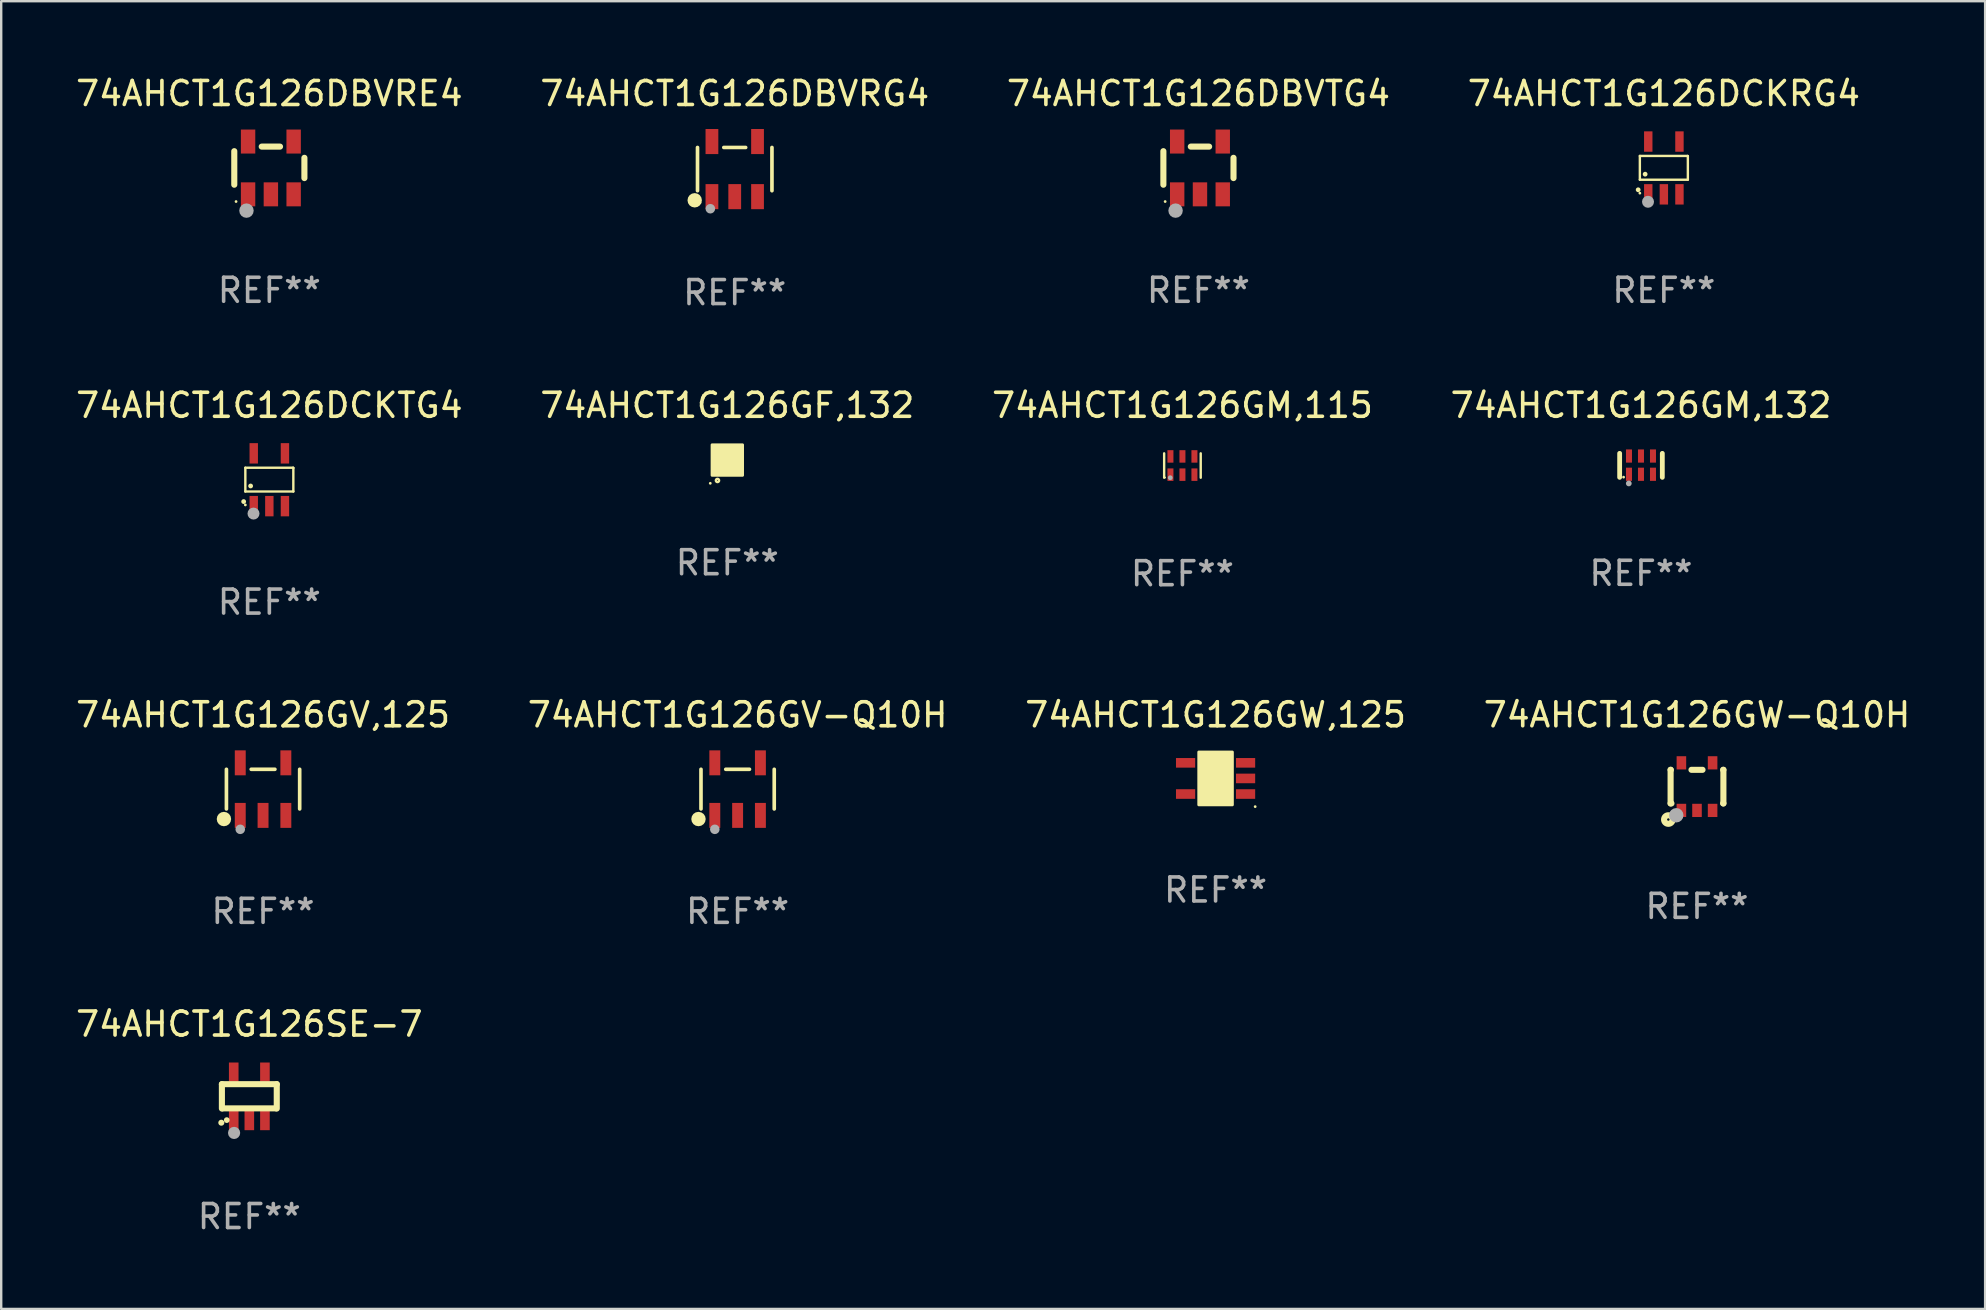
<source format=kicad_pcb>
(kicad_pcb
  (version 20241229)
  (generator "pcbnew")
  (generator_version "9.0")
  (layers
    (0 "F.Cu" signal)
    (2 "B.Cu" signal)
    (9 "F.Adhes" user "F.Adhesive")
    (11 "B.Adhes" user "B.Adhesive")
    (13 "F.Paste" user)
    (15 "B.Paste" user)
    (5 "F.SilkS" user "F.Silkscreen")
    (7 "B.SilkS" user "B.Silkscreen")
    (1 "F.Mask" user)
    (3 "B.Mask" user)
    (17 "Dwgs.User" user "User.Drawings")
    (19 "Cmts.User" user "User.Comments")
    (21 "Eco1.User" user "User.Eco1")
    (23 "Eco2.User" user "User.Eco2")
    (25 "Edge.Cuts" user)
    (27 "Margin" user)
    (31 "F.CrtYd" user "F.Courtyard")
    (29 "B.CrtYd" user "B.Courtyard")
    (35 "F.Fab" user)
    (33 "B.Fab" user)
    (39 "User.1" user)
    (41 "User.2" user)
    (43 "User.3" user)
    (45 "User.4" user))
  (footprint "74AHCT1G126GM,132"
    (layer "F.Cu")
    (at 65.327 16.34)
    (property "Reference" "74AHCT1G126GM,132" (at 0 -2.5 0) (layer "F.SilkS") (effects (font (size 1 1) (thickness 0.15))))
    (attr through_hole)
    (fp_line (start -0.889 0.5) (end -0.889 -0.5) (stroke (width 0.2) (type solid)) (layer "F.SilkS"))
    (fp_line (start 0.889 0.5) (end 0.889 -0.5) (stroke (width 0.2) (type solid)) (layer "F.SilkS"))
    (fp_circle (center -0.725 0.492) (end -0.695 0.492) (stroke (width 0.06) (type solid)) (fill no) (layer "F.SilkS"))
    (fp_circle (center -0.508 0.754) (end -0.448 0.754) (stroke (width 0.12) (type solid)) (fill no) (layer "F.Fab"))
    (fp_text user "REF**" (at 0 4.5 0) (layer "F.Fab") (effects (font (size 1 1) (thickness 0.15))))
    (pad "1" smd rect (at -0.5 0.372) (size 0.25 0.55) (layers "F.Cu" "F.Mask" "F.Paste"))
    (pad "2" smd rect (at -0.000127 0.372) (size 0.25 0.55) (layers "F.Cu" "F.Mask" "F.Paste"))
    (pad "3" smd rect (at 0.5 0.372) (size 0.25 0.55) (layers "F.Cu" "F.Mask" "F.Paste"))
    (pad "4" smd rect (at 0.5 -0.388 180) (size 0.25 0.55) (layers "F.Cu" "F.Mask" "F.Paste"))
    (pad "5" smd rect (at -0.000127 -0.388 180) (size 0.25 0.55) (layers "F.Cu" "F.Mask" "F.Paste"))
    (pad "6" smd rect (at -0.5 -0.388 180) (size 0.25 0.55) (layers "F.Cu" "F.Mask" "F.Paste")))
  (footprint "74AHCT1G126DBVRG4"
    (layer "F.Cu")
    (at 27.565 3.996)
    (property "Reference" "74AHCT1G126DBVRG4" (at 0 -3.148 0) (layer "F.SilkS") (effects (font (size 1 1) (thickness 0.15))))
    (attr through_hole)
    (fp_line (start -1.551 0.901) (end -1.551 -0.901) (stroke (width 0.152) (type solid)) (layer "F.SilkS"))
    (fp_line (start 0.455 -0.901) (end -0.455 -0.901) (stroke (width 0.152) (type solid)) (layer "F.SilkS"))
    (fp_line (start 1.551 0.901) (end 1.551 -0.901) (stroke (width 0.152) (type solid)) (layer "F.SilkS"))
    (fp_circle (center -1.668 1.3) (end -1.518 1.3) (stroke (width 0.3) (type solid)) (fill no) (layer "F.SilkS"))
    (fp_circle (center -1.45 1.4) (end -1.42 1.4) (stroke (width 0.06) (type solid)) (fill no) (layer "F.SilkS"))
    (fp_circle (center -1.016 1.651) (end -0.916 1.651) (stroke (width 0.2) (type solid)) (fill no) (layer "F.Fab"))
    (fp_text user "REF**" (at 0 5.148 0) (layer "F.Fab") (effects (font (size 1 1) (thickness 0.15))))
    (pad "1" smd rect (at -0.95 1.148) (size 0.532 1.045) (layers "F.Cu" "F.Mask" "F.Paste"))
    (pad "2" smd rect (at 0 1.148) (size 0.532 1.045) (layers "F.Cu" "F.Mask" "F.Paste"))
    (pad "3" smd rect (at 0.95 1.148) (size 0.532 1.045) (layers "F.Cu" "F.Mask" "F.Paste"))
    (pad "4" smd rect (at 0.95 -1.148) (size 0.532 1.045) (layers "F.Cu" "F.Mask" "F.Paste"))
    (pad "5" smd rect (at -0.95 -1.148) (size 0.532 1.045) (layers "F.Cu" "F.Mask" "F.Paste")))
  (footprint "74AHCT1G126DBVTG4"
    (layer "F.Cu")
    (at 46.887 3.948)
    (property "Reference" "74AHCT1G126DBVTG4" (at 0 -3.1 0) (layer "F.SilkS") (effects (font (size 1 1) (thickness 0.15))))
    (attr through_hole)
    (fp_line (start -1.461 -0.699) (end -1.461 0.699) (stroke (width 0.254) (type solid)) (layer "F.SilkS"))
    (fp_line (start -0.318 -0.889) (end 0.445 -0.889) (stroke (width 0.254) (type solid)) (layer "F.SilkS"))
    (fp_line (start 1.461 -0.422) (end 1.461 0.422) (stroke (width 0.254) (type solid)) (layer "F.SilkS"))
    (fp_circle (center -1.387 1.4) (end -1.357 1.4) (stroke (width 0.06) (type solid)) (fill no) (layer "F.SilkS"))
    (fp_circle (center -0.953 1.778) (end -0.802 1.778) (stroke (width 0.3) (type solid)) (fill no) (layer "F.Fab"))
    (fp_text user "REF**" (at 0 5.1 0) (layer "F.Fab") (effects (font (size 1 1) (thickness 0.15))))
    (pad "1" smd rect (at -0.886 1.1) (size 0.6 1) (layers "F.Cu" "F.Mask" "F.Paste"))
    (pad "2" smd rect (at 0.064 1.1) (size 0.6 1) (layers "F.Cu" "F.Mask" "F.Paste"))
    (pad "3" smd rect (at 1.013 1.1) (size 0.6 1) (layers "F.Cu" "F.Mask" "F.Paste"))
    (pad "4" smd rect (at 1.013 -1.1) (size 0.6 1) (layers "F.Cu" "F.Mask" "F.Paste"))
    (pad "5" smd rect (at -0.886 -1.1) (size 0.6 1) (layers "F.Cu" "F.Mask" "F.Paste")))
  (footprint "74AHCT1G126DCKTG4"
    (layer "F.Cu")
    (at 8.173 16.94)
    (property "Reference" "74AHCT1G126DCKTG4" (at 0 -3.1 0) (layer "F.SilkS") (effects (font (size 1 1) (thickness 0.15))))
    (attr through_hole)
    (fp_line (start -1 -0.5) (end -1 0.49) (stroke (width 0.1) (type solid)) (layer "F.SilkS"))
    (fp_line (start -1 0.49) (end 1 0.49) (stroke (width 0.1) (type solid)) (layer "F.SilkS"))
    (fp_line (start 0.99 -0.5) (end -1 -0.5) (stroke (width 0.1) (type solid)) (layer "F.SilkS"))
    (fp_line (start 1 -0.49) (end 0.99 -0.5) (stroke (width 0.1) (type solid)) (layer "F.SilkS"))
    (fp_line (start 1 0.49) (end 1 -0.49) (stroke (width 0.1) (type solid)) (layer "F.SilkS"))
    (fp_circle (center -1.07 0.91) (end -1.02 0.91) (stroke (width 0.1) (type solid)) (fill no) (layer "F.SilkS"))
    (fp_circle (center -1 1.05) (end -0.97 1.05) (stroke (width 0.06) (type solid)) (fill no) (layer "F.SilkS"))
    (fp_circle (center -0.78 0.26) (end -0.73 0.26) (stroke (width 0.1) (type solid)) (fill no) (layer "F.SilkS"))
    (fp_circle (center -0.66 1.41) (end -0.535 1.41) (stroke (width 0.25) (type solid)) (fill no) (layer "F.Fab"))
    (fp_text user "REF**" (at 0 5.1 0) (layer "F.Fab") (effects (font (size 1 1) (thickness 0.15))))
    (pad "1" smd rect (at -0.65 1.1) (size 0.35 0.85) (layers "F.Cu" "F.Mask" "F.Paste"))
    (pad "2" smd rect (at 0.000051 1.1) (size 0.35 0.85) (layers "F.Cu" "F.Mask" "F.Paste"))
    (pad "3" smd rect (at 0.65 1.1) (size 0.35 0.85) (layers "F.Cu" "F.Mask" "F.Paste"))
    (pad "4" smd rect (at 0.65 -1.1) (size 0.35 0.85) (layers "F.Cu" "F.Mask" "F.Paste"))
    (pad "5" smd rect (at -0.65 -1.1) (size 0.35 0.85) (layers "F.Cu" "F.Mask" "F.Paste")))
  (footprint "74AHCT1G126SE-7"
    (layer "F.Cu")
    (at 7.339 42.633)
    (property "Reference" "74AHCT1G126SE-7" (at 0 -3.01 0) (layer "F.SilkS") (effects (font (size 1 1) (thickness 0.15))))
    (attr through_hole)
    (fp_line (start -1.143 -0.508) (end -1.143 0.508) (stroke (width 0.254) (type solid)) (layer "F.SilkS"))
    (fp_line (start -1.1 0.5) (end 1.1 0.5) (stroke (width 0.254) (type solid)) (layer "F.SilkS"))
    (fp_line (start 1.143 -0.508) (end -1.143 -0.508) (stroke (width 0.254) (type solid)) (layer "F.SilkS"))
    (fp_line (start 1.143 0.508) (end 1.143 -0.508) (stroke (width 0.254) (type solid)) (layer "F.SilkS"))
    (fp_arc (start -1.167717 1.098095) (mid -1.166447 1.098088) (end -1.165177 1.098095) (stroke (width 0.24892) (type solid)) (layer "F.SilkS"))
    (fp_circle (center -0.94 0.99) (end -0.88 0.99) (stroke (width 0.12) (type solid)) (fill no) (layer "F.SilkS"))
    (fp_circle (center -0.635 1.524) (end -0.508 1.524) (stroke (width 0.254) (type solid)) (fill no) (layer "F.Fab"))
    (fp_text user "REF**" (at 0 5.01 0) (layer "F.Fab") (effects (font (size 1 1) (thickness 0.15))))
    (pad "1" smd rect (at -0.65 1.01 180) (size 0.4 0.8) (layers "F.Cu" "F.Mask" "F.Paste"))
    (pad "2" smd rect (at 0 1.01 180) (size 0.4 0.8) (layers "F.Cu" "F.Mask" "F.Paste"))
    (pad "3" smd rect (at 0.65 1.01 180) (size 0.4 0.8) (layers "F.Cu" "F.Mask" "F.Paste"))
    (pad "4" smd rect (at 0.65 -1.01 180) (size 0.4 0.8) (layers "F.Cu" "F.Mask" "F.Paste"))
    (pad "5" smd rect (at -0.65 -1.01 180) (size 0.4 0.8) (layers "F.Cu" "F.Mask" "F.Paste")))
  (footprint "74AHCT1G126DBVRE4"
    (layer "F.Cu")
    (at 8.173 3.948)
    (property "Reference" "74AHCT1G126DBVRE4" (at 0 -3.1 0) (layer "F.SilkS") (effects (font (size 1 1) (thickness 0.15))))
    (attr through_hole)
    (fp_line (start -1.461 -0.699) (end -1.461 0.699) (stroke (width 0.254) (type solid)) (layer "F.SilkS"))
    (fp_line (start -0.318 -0.889) (end 0.445 -0.889) (stroke (width 0.254) (type solid)) (layer "F.SilkS"))
    (fp_line (start 1.461 -0.422) (end 1.461 0.422) (stroke (width 0.254) (type solid)) (layer "F.SilkS"))
    (fp_circle (center -1.387 1.4) (end -1.357 1.4) (stroke (width 0.06) (type solid)) (fill no) (layer "F.SilkS"))
    (fp_circle (center -0.953 1.778) (end -0.802 1.778) (stroke (width 0.3) (type solid)) (fill no) (layer "F.Fab"))
    (fp_text user "REF**" (at 0 5.1 0) (layer "F.Fab") (effects (font (size 1 1) (thickness 0.15))))
    (pad "1" smd rect (at -0.886 1.1) (size 0.6 1) (layers "F.Cu" "F.Mask" "F.Paste"))
    (pad "2" smd rect (at 0.064 1.1) (size 0.6 1) (layers "F.Cu" "F.Mask" "F.Paste"))
    (pad "3" smd rect (at 1.013 1.1) (size 0.6 1) (layers "F.Cu" "F.Mask" "F.Paste"))
    (pad "4" smd rect (at 1.013 -1.1) (size 0.6 1) (layers "F.Cu" "F.Mask" "F.Paste"))
    (pad "5" smd rect (at -0.886 -1.1) (size 0.6 1) (layers "F.Cu" "F.Mask" "F.Paste")))
  (footprint "74AHCT1G126DCKRG4"
    (layer "F.Cu")
    (at 66.28 3.948)
    (property "Reference" "74AHCT1G126DCKRG4" (at 0 -3.1 0) (layer "F.SilkS") (effects (font (size 1 1) (thickness 0.15))))
    (attr through_hole)
    (fp_line (start -1 -0.5) (end -1 0.49) (stroke (width 0.1) (type solid)) (layer "F.SilkS"))
    (fp_line (start -1 0.49) (end 1 0.49) (stroke (width 0.1) (type solid)) (layer "F.SilkS"))
    (fp_line (start 0.99 -0.5) (end -1 -0.5) (stroke (width 0.1) (type solid)) (layer "F.SilkS"))
    (fp_line (start 1 -0.49) (end 0.99 -0.5) (stroke (width 0.1) (type solid)) (layer "F.SilkS"))
    (fp_line (start 1 0.49) (end 1 -0.49) (stroke (width 0.1) (type solid)) (layer "F.SilkS"))
    (fp_circle (center -1.07 0.91) (end -1.02 0.91) (stroke (width 0.1) (type solid)) (fill no) (layer "F.SilkS"))
    (fp_circle (center -1 1.05) (end -0.97 1.05) (stroke (width 0.06) (type solid)) (fill no) (layer "F.SilkS"))
    (fp_circle (center -0.78 0.26) (end -0.73 0.26) (stroke (width 0.1) (type solid)) (fill no) (layer "F.SilkS"))
    (fp_circle (center -0.66 1.41) (end -0.535 1.41) (stroke (width 0.25) (type solid)) (fill no) (layer "F.Fab"))
    (fp_text user "REF**" (at 0 5.1 0) (layer "F.Fab") (effects (font (size 1 1) (thickness 0.15))))
    (pad "1" smd rect (at -0.65 1.1) (size 0.35 0.85) (layers "F.Cu" "F.Mask" "F.Paste"))
    (pad "2" smd rect (at 0.000051 1.1) (size 0.35 0.85) (layers "F.Cu" "F.Mask" "F.Paste"))
    (pad "3" smd rect (at 0.65 1.1) (size 0.35 0.85) (layers "F.Cu" "F.Mask" "F.Paste"))
    (pad "4" smd rect (at 0.65 -1.1) (size 0.35 0.85) (layers "F.Cu" "F.Mask" "F.Paste"))
    (pad "5" smd rect (at -0.65 -1.1) (size 0.35 0.85) (layers "F.Cu" "F.Mask" "F.Paste")))
  (footprint "74AHCT1G126GF,132"
    (layer "F.Cu")
    (at 27.256 16.12)
    (property "Reference" "74AHCT1G126GF,132" (at 0 -2.28 0) (layer "F.SilkS") (effects (font (size 1 1) (thickness 0.15))))
    (attr through_hole)
    (fp_circle (center -0.71 0.968) (end -0.68 0.968) (stroke (width 0.06) (type solid)) (fill no) (layer "F.SilkS"))
    (fp_circle (center -0.41 0.85) (end -0.342 0.85) (stroke (width 0.1) (type solid)) (fill no) (layer "F.SilkS"))
    (fp_poly (pts (xy -0.635 -0.635) (xy 0.635 -0.635) (xy 0.635 0.635) (xy -0.635 0.635)) (stroke (width 0.12) (type solid)) (fill yes) (layer "F.SilkS"))
    (fp_text user "REF**" (at 0 4.28 0) (layer "F.Fab") (effects (font (size 1 1) (thickness 0.15))))
    (pad "1" smd rect (at -0.35 0.28 90) (size 0.35 0.2) (layers "F.Cu" "F.Mask" "F.Paste"))
    (pad "2" smd rect (at 0 0.28 90) (size 0.35 0.2) (layers "F.Cu" "F.Mask" "F.Paste"))
    (pad "3" smd rect (at 0.35 0.28 90) (size 0.35 0.2) (layers "F.Cu" "F.Mask" "F.Paste"))
    (pad "4" smd rect (at 0.35 -0.28 90) (size 0.35 0.2) (layers "F.Cu" "F.Mask" "F.Paste"))
    (pad "5" smd rect (at 0 -0.28 90) (size 0.35 0.2) (layers "F.Cu" "F.Mask" "F.Paste"))
    (pad "6" smd rect (at -0.35 -0.28 90) (size 0.35 0.2) (layers "F.Cu" "F.Mask" "F.Paste")))
  (footprint "74AHCT1G126GV,125"
    (layer "F.Cu")
    (at 7.911 29.831)
    (property "Reference" "74AHCT1G126GV,125" (at 0 -3.095 0) (layer "F.SilkS") (effects (font (size 1 1) (thickness 0.15))))
    (attr through_hole)
    (fp_line (start -1.526 0.826) (end -1.526 -0.826) (stroke (width 0.152) (type solid)) (layer "F.SilkS"))
    (fp_line (start 0.494 -0.826) (end -0.494 -0.826) (stroke (width 0.152) (type solid)) (layer "F.SilkS"))
    (fp_line (start 1.526 0.826) (end 1.526 -0.826) (stroke (width 0.152) (type solid)) (layer "F.SilkS"))
    (fp_circle (center -1.63 1.247) (end -1.48 1.247) (stroke (width 0.3) (type solid)) (fill no) (layer "F.SilkS"))
    (fp_circle (center -1.45 1.375) (end -1.42 1.375) (stroke (width 0.06) (type solid)) (fill no) (layer "F.SilkS"))
    (fp_circle (center -0.95 1.675) (end -0.85 1.675) (stroke (width 0.2) (type solid)) (fill no) (layer "F.Fab"))
    (fp_text user "REF**" (at 0 5.095 0) (layer "F.Fab") (effects (font (size 1 1) (thickness 0.15))))
    (pad "1" smd rect (at -0.95 1.095) (size 0.455 1.04) (layers "F.Cu" "F.Mask" "F.Paste"))
    (pad "2" smd rect (at 0 1.095) (size 0.455 1.04) (layers "F.Cu" "F.Mask" "F.Paste"))
    (pad "3" smd rect (at 0.95 1.095) (size 0.455 1.04) (layers "F.Cu" "F.Mask" "F.Paste"))
    (pad "4" smd rect (at 0.95 -1.095) (size 0.455 1.04) (layers "F.Cu" "F.Mask" "F.Paste"))
    (pad "5" smd rect (at -0.95 -1.095) (size 0.455 1.04) (layers "F.Cu" "F.Mask" "F.Paste")))
  (footprint "74AHCT1G126GM,115"
    (layer "F.Cu")
    (at 46.22 16.348)
    (property "Reference" "74AHCT1G126GM,115" (at 0 -2.508 0) (layer "F.SilkS") (effects (font (size 1 1) (thickness 0.15))))
    (attr through_hole)
    (fp_line (start -0.762 -0.508) (end -0.762 0.508) (stroke (width 0.1) (type solid)) (layer "F.SilkS"))
    (fp_line (start 0.762 -0.508) (end 0.762 0.508) (stroke (width 0.1) (type solid)) (layer "F.SilkS"))
    (fp_circle (center -0.725 0.5) (end -0.705 0.5) (stroke (width 0.04) (type solid)) (fill no) (layer "F.SilkS"))
    (fp_circle (center -0.508 0.508) (end -0.458 0.508) (stroke (width 0.1) (type solid)) (fill no) (layer "F.Fab"))
    (fp_text user "REF**" (at 0 4.508 0) (layer "F.Fab") (effects (font (size 1 1) (thickness 0.15))))
    (pad "1" smd rect (at -0.5 0.38) (size 0.25 0.52) (layers "F.Cu" "F.Mask" "F.Paste"))
    (pad "2" smd rect (at -0.000127 0.38) (size 0.25 0.52) (layers "F.Cu" "F.Mask" "F.Paste"))
    (pad "3" smd rect (at 0.5 0.38) (size 0.25 0.52) (layers "F.Cu" "F.Mask" "F.Paste"))
    (pad "4" smd rect (at 0.5 -0.38 180) (size 0.25 0.52) (layers "F.Cu" "F.Mask" "F.Paste"))
    (pad "5" smd rect (at -0.000127 -0.38 180) (size 0.25 0.52) (layers "F.Cu" "F.Mask" "F.Paste"))
    (pad "6" smd rect (at -0.5 -0.38 180) (size 0.25 0.52) (layers "F.Cu" "F.Mask" "F.Paste")))
  (footprint "74AHCT1G126GW-Q10H"
    (layer "F.Cu")
    (at 67.661 29.727)
    (property "Reference" "74AHCT1G126GW-Q10H" (at 0 -2.991 0) (layer "F.SilkS") (effects (font (size 1 1) (thickness 0.15))))
    (attr through_hole)
    (fp_line (start -1.1 -0.7) (end -1.1 0.7) (stroke (width 0.254) (type solid)) (layer "F.SilkS"))
    (fp_line (start -1.1 -0.7) (end -1.09 -0.7) (stroke (width 0.254) (type solid)) (layer "F.SilkS"))
    (fp_line (start -1.1 0.7) (end -1.065 0.7) (stroke (width 0.254) (type solid)) (layer "F.SilkS"))
    (fp_line (start -0.23 -0.7) (end 0.23 -0.7) (stroke (width 0.254) (type solid)) (layer "F.SilkS"))
    (fp_line (start 1.09 -0.7) (end 1.1 -0.7) (stroke (width 0.254) (type solid)) (layer "F.SilkS"))
    (fp_line (start 1.09 0.7) (end 1.1 0.7) (stroke (width 0.254) (type solid)) (layer "F.SilkS"))
    (fp_line (start 1.1 -0.7) (end 1.1 0.7) (stroke (width 0.254) (type solid)) (layer "F.SilkS"))
    (fp_circle (center -1.194 1.372) (end -1.143 1.372) (stroke (width 0.254) (type solid)) (fill no) (layer "F.SilkS"))
    (fp_circle (center -1.05 1.063) (end -1.02 1.063) (stroke (width 0.06) (type solid)) (fill no) (layer "F.SilkS"))
    (fp_circle (center -0.864 1.194) (end -0.713 1.194) (stroke (width 0.3) (type solid)) (fill no) (layer "F.Fab"))
    (fp_text user "REF**" (at 0 4.991 0) (layer "F.Fab") (effects (font (size 1 1) (thickness 0.15))))
    (pad "1" smd rect (at -0.65 0.991 180) (size 0.399 0.551) (layers "F.Cu" "F.Mask" "F.Paste"))
    (pad "2" smd rect (at 0 0.991 180) (size 0.399 0.551) (layers "F.Cu" "F.Mask" "F.Paste"))
    (pad "3" smd rect (at 0.65 0.991 180) (size 0.399 0.551) (layers "F.Cu" "F.Mask" "F.Paste"))
    (pad "4" smd rect (at 0.65 -0.991 180) (size 0.399 0.551) (layers "F.Cu" "F.Mask" "F.Paste"))
    (pad "5" smd rect (at -0.65 -0.991 180) (size 0.399 0.551) (layers "F.Cu" "F.Mask" "F.Paste")))
  (footprint "74AHCT1G126GW,125"
    (layer "F.Cu")
    (at 47.601 29.386)
    (property "Reference" "74AHCT1G126GW,125" (at 0 -2.65 0) (layer "F.SilkS") (effects (font (size 1 1) (thickness 0.15))))
    (attr through_hole)
    (fp_arc (start 0.381001 0.637541) (mid 0.380995 0.636271) (end 0.381001 0.635001) (stroke (width 0.24892) (type solid)) (layer "F.SilkS"))
    (fp_circle (center 1.65 1.175) (end 1.68 1.175) (stroke (width 0.06) (type solid)) (fill no) (layer "F.SilkS"))
    (fp_poly (pts (xy -0.7 -1.1) (xy 0.7 -1.1) (xy 0.7 1.1) (xy -0.7 1.1)) (stroke (width 0.12) (type solid)) (fill yes) (layer "F.SilkS"))
    (fp_text user "REF**" (at 0 4.65 0) (layer "F.Fab") (effects (font (size 1 1) (thickness 0.15))))
    (pad "1" smd rect (at 1.25 0.65 270) (size 0.4 0.8) (layers "F.Cu" "F.Mask" "F.Paste"))
    (pad "2" smd rect (at 1.25 0 270) (size 0.4 0.8) (layers "F.Cu" "F.Mask" "F.Paste"))
    (pad "3" smd rect (at 1.25 -0.65 270) (size 0.4 0.8) (layers "F.Cu" "F.Mask" "F.Paste"))
    (pad "4" smd rect (at -1.25 -0.65 270) (size 0.4 0.8) (layers "F.Cu" "F.Mask" "F.Paste"))
    (pad "5" smd rect (at -1.25 0.65 270) (size 0.4 0.8) (layers "F.Cu" "F.Mask" "F.Paste")))
  (footprint "74AHCT1G126GV-Q10H"
    (layer "F.Cu")
    (at 27.685 29.831)
    (property "Reference" "74AHCT1G126GV-Q10H" (at 0 -3.095 0) (layer "F.SilkS") (effects (font (size 1 1) (thickness 0.15))))
    (attr through_hole)
    (fp_line (start -1.526 0.826) (end -1.526 -0.826) (stroke (width 0.152) (type solid)) (layer "F.SilkS"))
    (fp_line (start 0.494 -0.826) (end -0.494 -0.826) (stroke (width 0.152) (type solid)) (layer "F.SilkS"))
    (fp_line (start 1.526 0.826) (end 1.526 -0.826) (stroke (width 0.152) (type solid)) (layer "F.SilkS"))
    (fp_circle (center -1.63 1.247) (end -1.48 1.247) (stroke (width 0.3) (type solid)) (fill no) (layer "F.SilkS"))
    (fp_circle (center -1.45 1.375) (end -1.42 1.375) (stroke (width 0.06) (type solid)) (fill no) (layer "F.SilkS"))
    (fp_circle (center -0.95 1.675) (end -0.85 1.675) (stroke (width 0.2) (type solid)) (fill no) (layer "F.Fab"))
    (fp_text user "REF**" (at 0 5.095 0) (layer "F.Fab") (effects (font (size 1 1) (thickness 0.15))))
    (pad "1" smd rect (at -0.95 1.095) (size 0.455 1.04) (layers "F.Cu" "F.Mask" "F.Paste"))
    (pad "2" smd rect (at 0 1.095) (size 0.455 1.04) (layers "F.Cu" "F.Mask" "F.Paste"))
    (pad "3" smd rect (at 0.95 1.095) (size 0.455 1.04) (layers "F.Cu" "F.Mask" "F.Paste"))
    (pad "4" smd rect (at 0.95 -1.095) (size 0.455 1.04) (layers "F.Cu" "F.Mask" "F.Paste"))
    (pad "5" smd rect (at -0.95 -1.095) (size 0.455 1.04) (layers "F.Cu" "F.Mask" "F.Paste")))
  (gr_rect
    (start -3 -3)
    (end 79.667 51.491)
    (stroke (width 0.1) (type default))
    (fill no)
    (layer "Edge.Cuts")))
</source>
